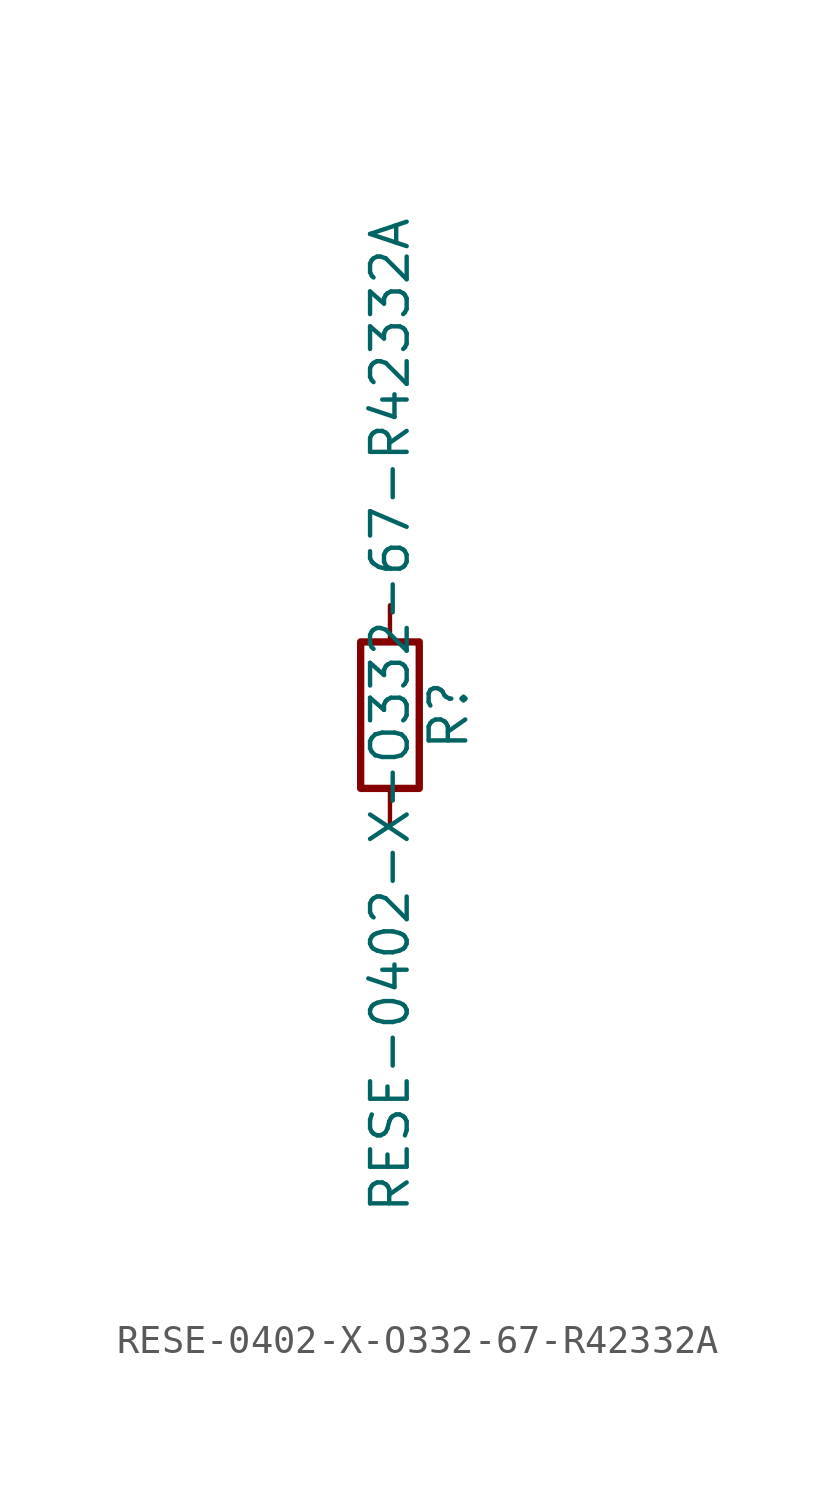
<source format=kicad_sym>
(kicad_symbol_lib
  (version 20211014)
  (generator kicad_symbol_editor)
  (symbol "RESE-0402-X-O332-67-R42332A"
    (pin_numbers hide)
    (pin_names
      (offset 0))
    (property "Reference" "R"
      (at 2.032 0 90)
      (effects (font (size 1.27 1.27))))
    (property "Value" "RESE-0402-X-O332-67-R42332A"
      (at 0 0 90)
      (effects (font (size 1.27 1.27))))
    (symbol "RESE-0402-X-O332-67-R42332A_0_1"
      (rectangle (start -1.016 -2.54) (end 1.016 2.54) (stroke (width 0.254) (type default) (color 0 0 0 0)) (fill (type none))))
    (symbol "RESE-0402-X-O332-67-R42332A_1_1"
      (pin passive line (at 0 3.81 270) (length 1.27) (name "~" (effects (font (size 1.27 1.27)))) (number "1" (effects (font (size 1.27 1.27)))))
      (pin passive line (at 0 -3.81 90) (length 1.27) (name "~" (effects (font (size 1.27 1.27)))) (number "2" (effects (font (size 1.27 1.27))))))))
</source>
